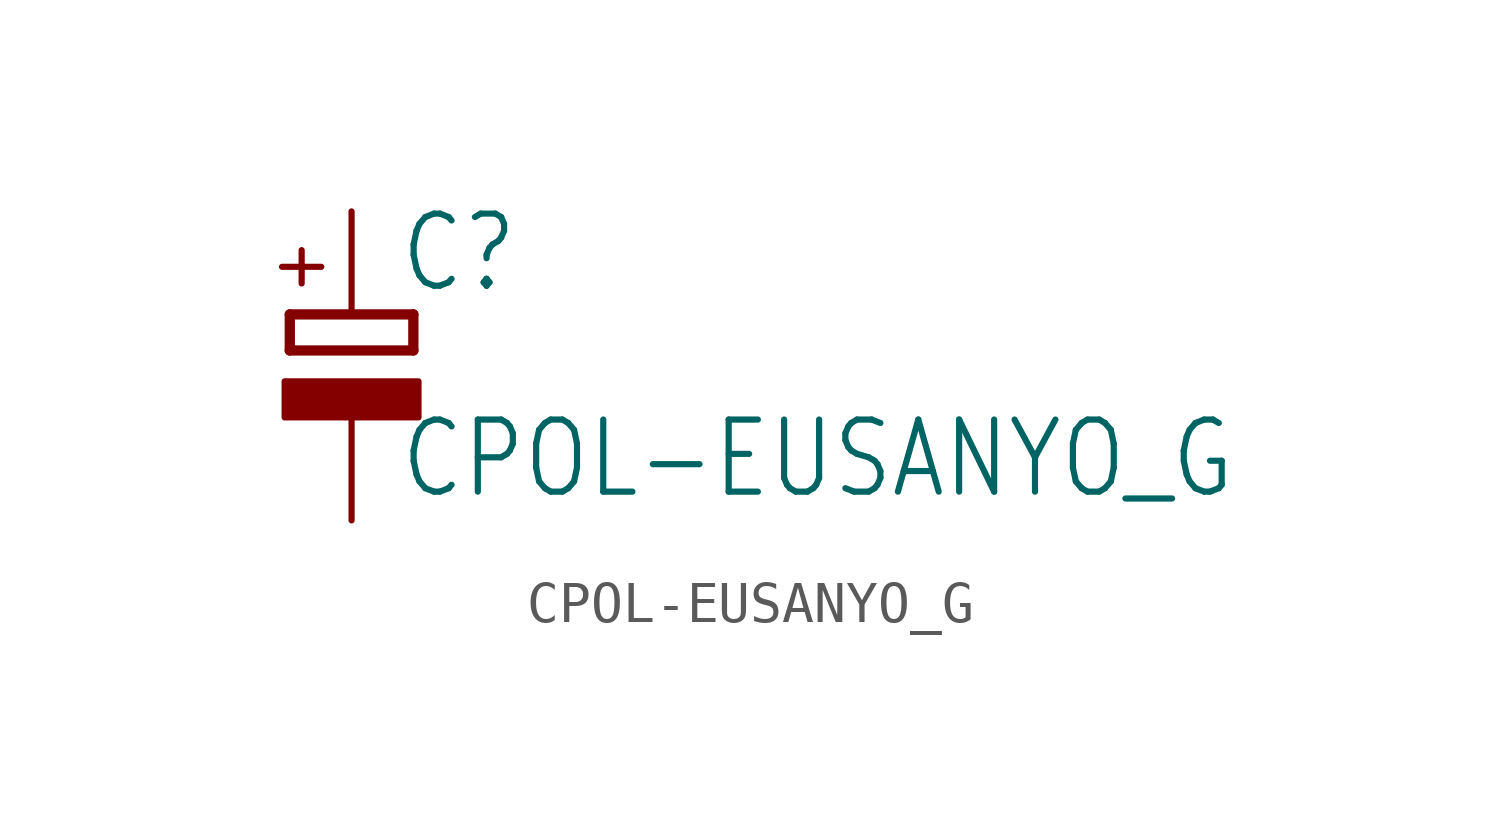
<source format=kicad_sym>
(kicad_symbol_lib
  (version 20211014)
  (generator kicad_symbol_editor)
  (symbol "CPOL-EUSANYO_G"
    (property "Reference" "C"
      (at 1.143 0.483 0)
      (effects (font (size 1.778 1.511)) (justify left bottom)))
    (property "Value" "CPOL-EUSANYO_G"
      (at 1.143 -4.597 0)
      (effects (font (size 1.778 1.511)) (justify left bottom)))
    (property "ki_locked" ""
      (at 0 0 0)
      (effects (font (size 1.27 1.27))))
    (symbol "CPOL-EUSANYO_G_1_0"
      (rectangle (start -1.651 -2.54) (end 1.651 -1.651) (stroke (width 0) (type default) (color 0 0 0 0)) (fill (type outline)))
      (polyline (pts (xy -1.524 -0.889) (xy 1.524 -0.889)) (stroke (width 0.254) (type default) (color 0 0 0 0)) (fill (type none)))
      (polyline (pts (xy -1.524 0) (xy -1.524 -0.889)) (stroke (width 0.254) (type default) (color 0 0 0 0)) (fill (type none)))
      (polyline (pts (xy -1.524 0) (xy 1.524 0)) (stroke (width 0.254) (type default) (color 0 0 0 0)) (fill (type none)))
      (polyline (pts (xy 1.524 -0.889) (xy 1.524 0)) (stroke (width 0.254) (type default) (color 0 0 0 0)) (fill (type none)))
      (text "+" (at -0.584 0.406 900) (effects (font (size 1.27 1.079)) (justify left bottom)))
      (pin passive line (at 0 2.54 270) (length 2.54) (name "+" (effects (font (size 0 0)))) (number "+" (effects (font (size 0 0)))))
      (pin passive line (at 0 -5.08 90) (length 2.54) (name "-" (effects (font (size 0 0)))) (number "-" (effects (font (size 0 0))))))))
</source>
